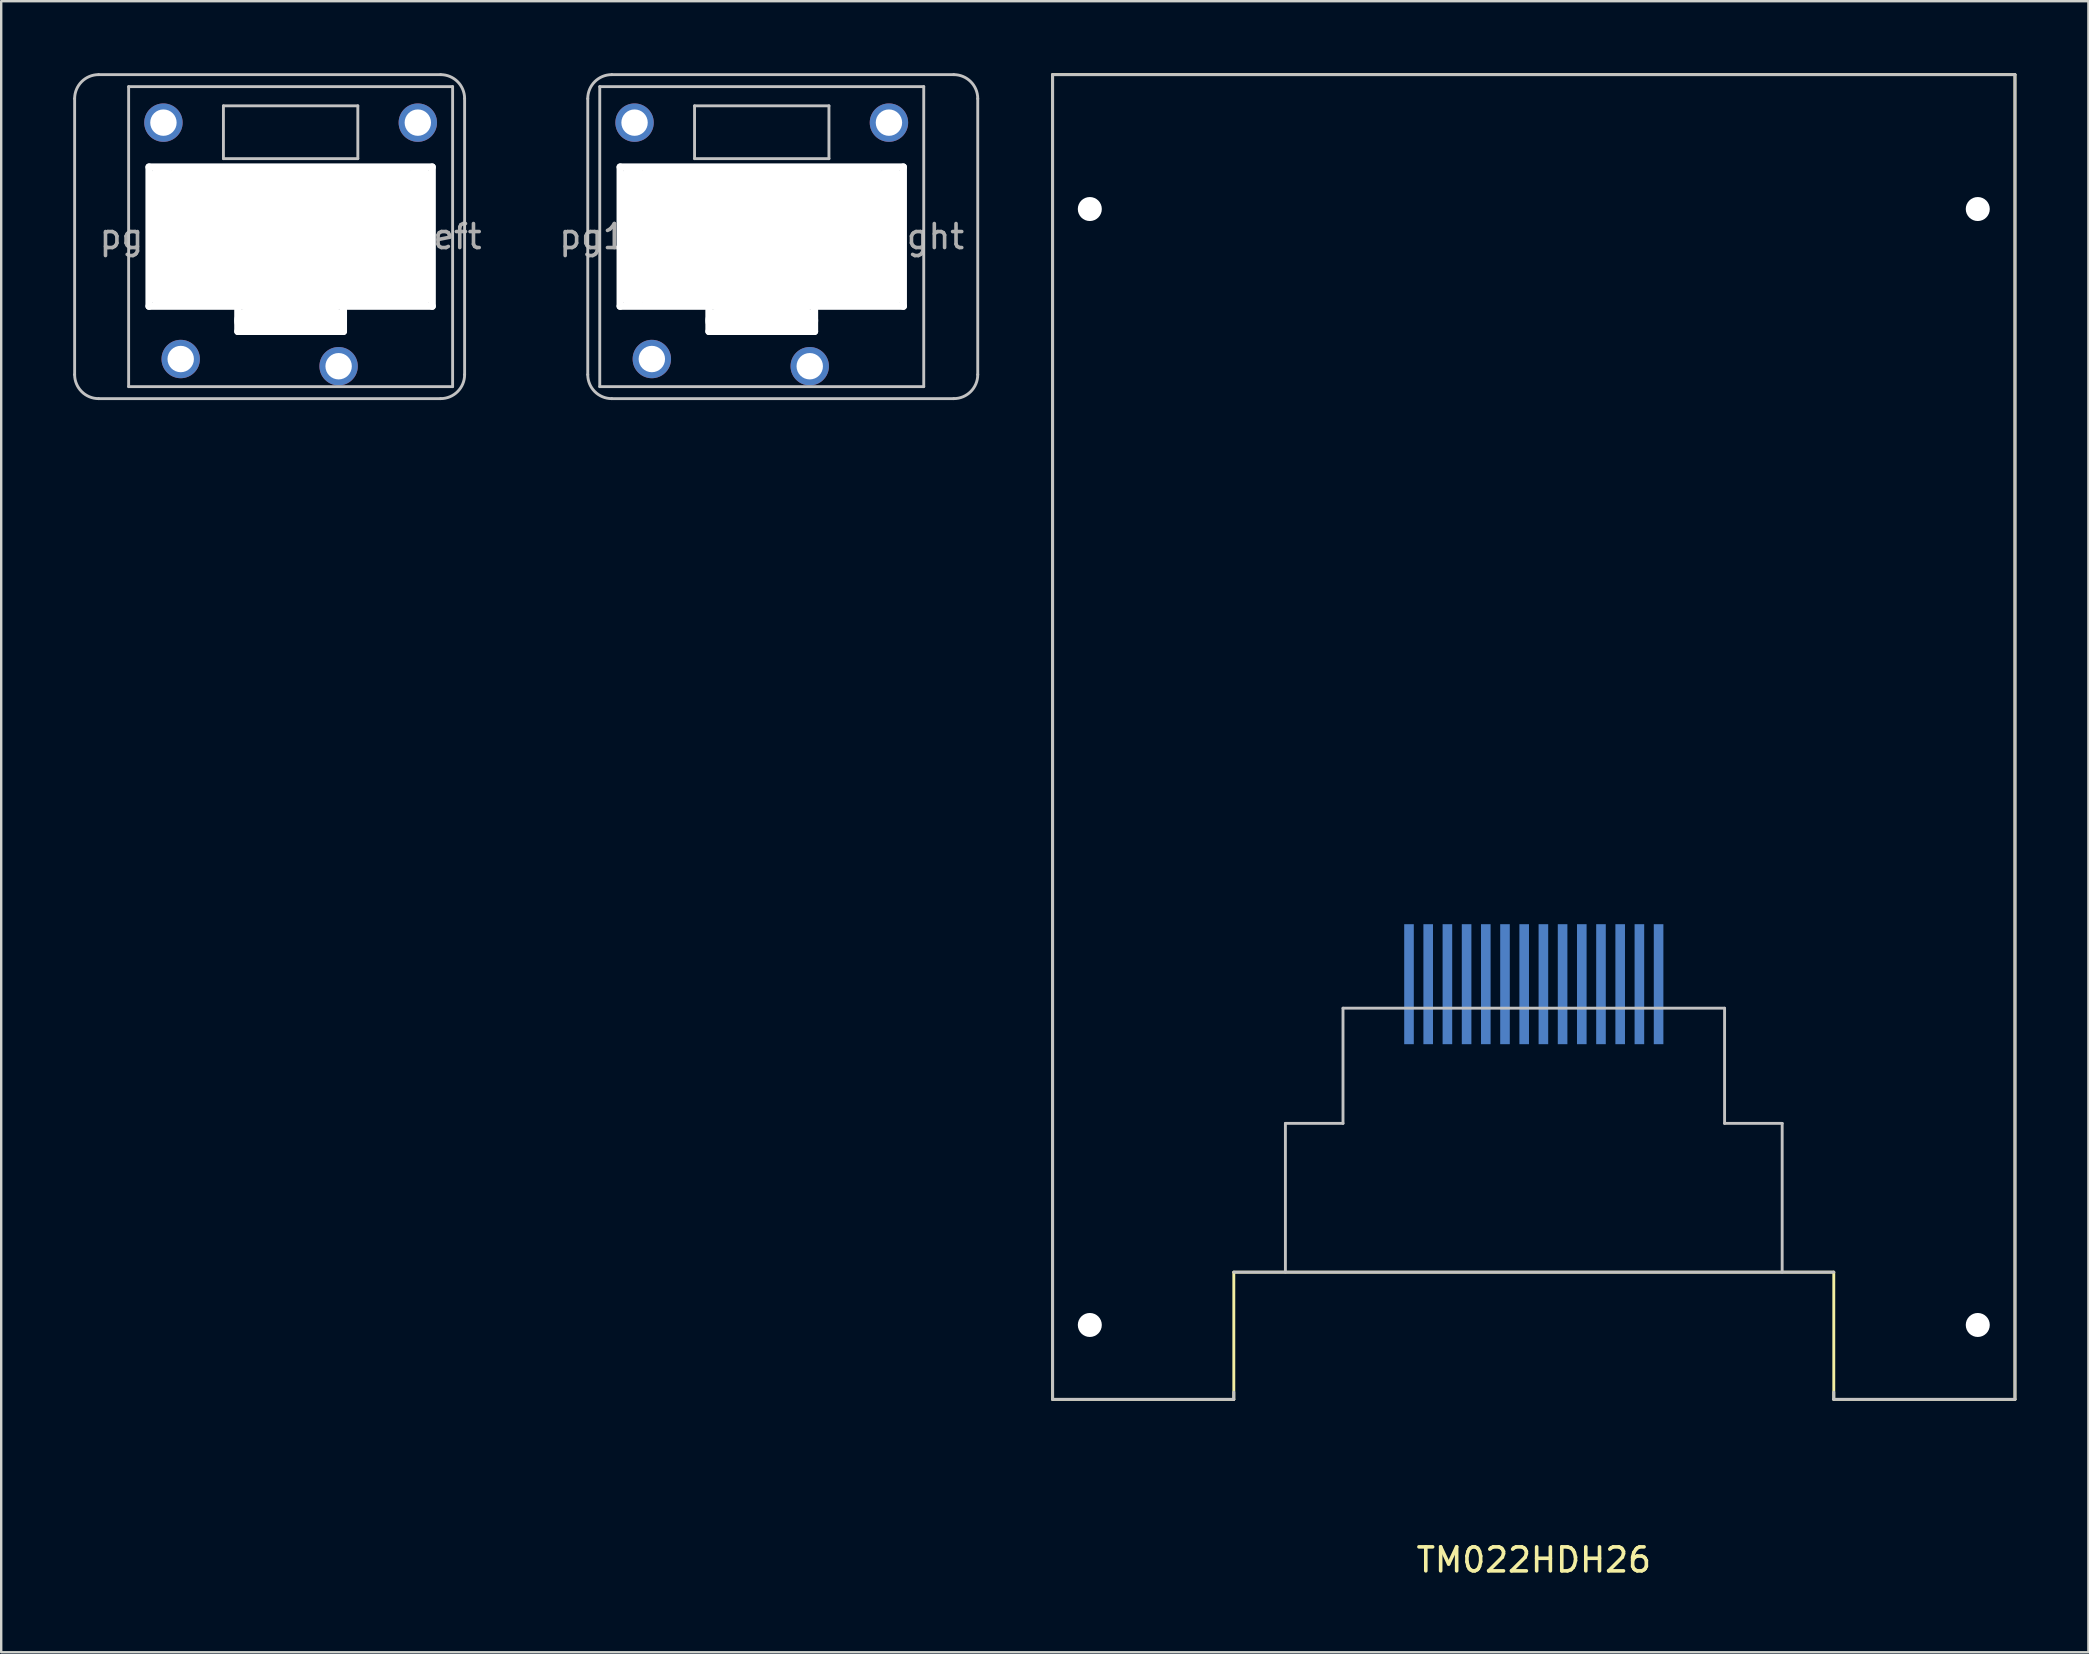
<source format=kicad_pcb>
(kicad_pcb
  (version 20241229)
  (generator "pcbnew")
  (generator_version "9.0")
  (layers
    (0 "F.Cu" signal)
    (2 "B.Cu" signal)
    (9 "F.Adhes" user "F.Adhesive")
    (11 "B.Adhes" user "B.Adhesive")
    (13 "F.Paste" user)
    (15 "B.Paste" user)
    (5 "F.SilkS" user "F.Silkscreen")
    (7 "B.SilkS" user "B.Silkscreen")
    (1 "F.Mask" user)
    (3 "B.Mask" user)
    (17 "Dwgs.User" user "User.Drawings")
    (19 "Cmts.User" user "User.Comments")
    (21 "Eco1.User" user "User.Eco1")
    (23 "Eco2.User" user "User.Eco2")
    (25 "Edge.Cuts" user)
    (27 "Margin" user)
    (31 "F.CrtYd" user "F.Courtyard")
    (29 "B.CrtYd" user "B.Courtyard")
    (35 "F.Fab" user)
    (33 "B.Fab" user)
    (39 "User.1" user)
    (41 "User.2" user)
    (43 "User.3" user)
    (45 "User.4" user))
  (footprint "TM022HDH26"
    (layer "F.Cu")
    (at 60.861 27.66)
    (property "Reference" "TM022HDH26" (at 0 34.29 0) (layer "F.SilkS") (effects (font (size 1 1) (thickness 0.15))))
    (attr through_hole)
    (fp_line (start -20.05 -27.6) (end -20.05 27.6) (stroke (width 0.12) (type solid)) (layer "F.SilkS"))
    (fp_line (start -20.05 27.6) (end -12.5 27.6) (stroke (width 0.12) (type solid)) (layer "F.SilkS"))
    (fp_line (start -12.5 22.3) (end 12.5 22.3) (stroke (width 0.12) (type solid)) (layer "F.SilkS"))
    (fp_line (start -12.5 27.6) (end -12.5 22.3) (stroke (width 0.12) (type solid)) (layer "F.SilkS"))
    (fp_line (start 12.5 22.3) (end 12.5 27.6) (stroke (width 0.12) (type solid)) (layer "F.SilkS"))
    (fp_line (start 12.5 27.6) (end 20.05 27.6) (stroke (width 0.12) (type solid)) (layer "F.SilkS"))
    (fp_line (start 20.05 -27.6) (end -20.05 -27.6) (stroke (width 0.12) (type solid)) (layer "F.SilkS"))
    (fp_line (start 20.05 27.6) (end 20.05 -27.6) (stroke (width 0.12) (type solid)) (layer "F.SilkS"))
    (fp_line (start -20.05 -27.6) (end -20.05 27.6) (stroke (width 0.12) (type solid)) (layer "Dwgs.User"))
    (fp_line (start -12.5 27.3) (end -12.5 27.6) (stroke (width 0.12) (type solid)) (layer "Dwgs.User"))
    (fp_line (start -12.5 27.6) (end -20.05 27.6) (stroke (width 0.12) (type solid)) (layer "Dwgs.User"))
    (fp_line (start -10.35 16.1) (end -10.35 22.3) (stroke (width 0.12) (type solid)) (layer "Dwgs.User"))
    (fp_line (start -7.95 11.3) (end -7.95 16.1) (stroke (width 0.12) (type solid)) (layer "Dwgs.User"))
    (fp_line (start -7.95 11.3) (end 7.95 11.3) (stroke (width 0.12) (type solid)) (layer "Dwgs.User"))
    (fp_line (start -7.95 16.1) (end -10.35 16.1) (stroke (width 0.12) (type solid)) (layer "Dwgs.User"))
    (fp_line (start 7.95 11.3) (end 7.95 16.1) (stroke (width 0.12) (type solid)) (layer "Dwgs.User"))
    (fp_line (start 7.95 16.1) (end 10.35 16.1) (stroke (width 0.12) (type solid)) (layer "Dwgs.User"))
    (fp_line (start 10.35 16.1) (end 10.35 22.3) (stroke (width 0.12) (type solid)) (layer "Dwgs.User"))
    (fp_line (start 12.5 22.3) (end -12.5 22.3) (stroke (width 0.12) (type solid)) (layer "Dwgs.User"))
    (fp_line (start 12.5 27.3) (end 12.5 27.6) (stroke (width 0.12) (type solid)) (layer "Dwgs.User"))
    (fp_line (start 12.5 27.6) (end 20.05 27.6) (stroke (width 0.12) (type solid)) (layer "Dwgs.User"))
    (fp_line (start 20.05 -27.6) (end -20.05 -27.6) (stroke (width 0.12) (type solid)) (layer "Dwgs.User"))
    (fp_line (start 20.05 27.6) (end 20.05 -27.6) (stroke (width 0.12) (type solid)) (layer "Dwgs.User"))
    (pad "" np_thru_hole circle (at -18.5 -22 180) (size 1 1) (drill 1) (layers "*.Cu" "*.Mask"))
    (pad "" np_thru_hole circle (at -18.5 24.5 180) (size 1 1) (drill 1) (layers "*.Cu" "*.Mask"))
    (pad "" np_thru_hole circle (at 18.5 -22 180) (size 1 1) (drill 1) (layers "*.Cu" "*.Mask"))
    (pad "" np_thru_hole circle (at 18.5 24.5 180) (size 1 1) (drill 1) (layers "*.Cu" "*.Mask"))
    (pad "1" smd rect (at -5.2 10.3 180) (size 0.4 5) (layers "B.Cu" "B.Mask" "B.Paste"))
    (pad "2" smd rect (at -4.4 10.3 180) (size 0.4 5) (layers "B.Cu" "B.Mask" "B.Paste"))
    (pad "3" smd rect (at -3.6 10.3 180) (size 0.4 5) (layers "B.Cu" "B.Mask" "B.Paste"))
    (pad "4" smd rect (at -2.8 10.3 180) (size 0.4 5) (layers "B.Cu" "B.Mask" "B.Paste"))
    (pad "5" smd rect (at -2 10.3 180) (size 0.4 5) (layers "B.Cu" "B.Mask" "B.Paste"))
    (pad "6" smd rect (at -1.2 10.3 180) (size 0.4 5) (layers "B.Cu" "B.Mask" "B.Paste"))
    (pad "7" smd rect (at -0.4 10.3 180) (size 0.4 5) (layers "B.Cu" "B.Mask" "B.Paste"))
    (pad "8" smd rect (at 0.4 10.3 180) (size 0.4 5) (layers "B.Cu" "B.Mask" "B.Paste"))
    (pad "9" smd rect (at 1.2 10.3 180) (size 0.4 5) (layers "B.Cu" "B.Mask" "B.Paste"))
    (pad "10" smd rect (at 2 10.3 180) (size 0.4 5) (layers "B.Cu" "B.Mask" "B.Paste"))
    (pad "11" smd rect (at 2.8 10.3 180) (size 0.4 5) (layers "B.Cu" "B.Mask" "B.Paste"))
    (pad "12" smd rect (at 3.6 10.3 180) (size 0.4 5) (layers "B.Cu" "B.Mask" "B.Paste"))
    (pad "13" smd rect (at 4.4 10.3 180) (size 0.4 5) (layers "B.Cu" "B.Mask" "B.Paste"))
    (pad "14" smd rect (at 5.2 10.3 180) (size 0.4 5) (layers "B.Cu" "B.Mask" "B.Paste")))
  (footprint "pg1232-shorter-right"
    (layer "F.Cu")
    (at 28.691 6.81)
    (property "Reference" "pg1232-shorter-right" (at 0 0 0) (layer "F.Fab") (effects (font (size 1 1) (thickness 0.15))))
    (attr through_hole)
    (fp_line (start -7.25 5.75) (end -7.25 -5.75) (stroke (width 0.12) (type solid)) (layer "Dwgs.User"))
    (fp_line (start -6.75 -6.25) (end 6.75 -6.25) (stroke (width 0.12) (type solid)) (layer "Dwgs.User"))
    (fp_line (start -6.75 6.25) (end -6.75 -6.25) (stroke (width 0.12) (type solid)) (layer "Dwgs.User"))
    (fp_line (start -6.25 6.75) (end 8 6.75) (stroke (width 0.12) (type solid)) (layer "Dwgs.User"))
    (fp_line (start -5.95 -2.95) (end 5.95 -2.95) (stroke (width 0.12) (type solid)) (layer "Dwgs.User"))
    (fp_line (start -5.95 2.95) (end -5.95 -2.95) (stroke (width 0.12) (type solid)) (layer "Dwgs.User"))
    (fp_line (start -2.8 -5.45) (end 2.8 -5.45) (stroke (width 0.12) (type solid)) (layer "Dwgs.User"))
    (fp_line (start -2.8 -3.25) (end -2.8 -5.45) (stroke (width 0.12) (type solid)) (layer "Dwgs.User"))
    (fp_line (start -2.25 2.95) (end -5.95 2.95) (stroke (width 0.12) (type solid)) (layer "Dwgs.User"))
    (fp_line (start -2.25 2.95) (end -2.25 4) (stroke (width 0.12) (type solid)) (layer "Dwgs.User"))
    (fp_line (start -2.25 4) (end 2.25 4) (stroke (width 0.12) (type solid)) (layer "Dwgs.User"))
    (fp_line (start 2.25 2.95) (end 5.95 2.95) (stroke (width 0.12) (type solid)) (layer "Dwgs.User"))
    (fp_line (start 2.25 4) (end 2.25 2.95) (stroke (width 0.12) (type solid)) (layer "Dwgs.User"))
    (fp_line (start 2.8 -5.45) (end 2.8 -3.25) (stroke (width 0.12) (type solid)) (layer "Dwgs.User"))
    (fp_line (start 2.8 -3.25) (end -2.8 -3.25) (stroke (width 0.12) (type solid)) (layer "Dwgs.User"))
    (fp_line (start 5.95 -2.95) (end 5.95 2.95) (stroke (width 0.12) (type solid)) (layer "Dwgs.User"))
    (fp_line (start 6.75 -6.25) (end 6.75 6.25) (stroke (width 0.12) (type solid)) (layer "Dwgs.User"))
    (fp_line (start 6.75 6.25) (end -6.75 6.25) (stroke (width 0.12) (type solid)) (layer "Dwgs.User"))
    (fp_line (start 8 -6.75) (end -6.25 -6.75) (stroke (width 0.12) (type solid)) (layer "Dwgs.User"))
    (fp_line (start 9 5.75) (end 9 -5.75) (stroke (width 0.12) (type solid)) (layer "Dwgs.User"))
    (fp_arc (start -7.25 -5.75) (mid -6.957107 -6.457107) (end -6.25 -6.75) (stroke (width 0.12) (type solid)) (layer "Dwgs.User"))
    (fp_arc (start -6.25 6.75) (mid -6.957107 6.457107) (end -7.25 5.75) (stroke (width 0.12) (type solid)) (layer "Dwgs.User"))
    (fp_arc (start 8 -6.75) (mid 8.707107 -6.457107) (end 9 -5.75) (stroke (width 0.12) (type solid)) (layer "Dwgs.User"))
    (fp_arc (start 9 5.75) (mid 8.707107 6.457107) (end 8 6.75) (stroke (width 0.12) (type solid)) (layer "Dwgs.User"))
    (pad "" np_thru_hole oval (at -5.9 0 90) (size 6.1 0.3) (drill oval 6.1 0.3) (layers "*.Cu" "*.Mask"))
    (pad "" np_thru_hole oval (at -5.36 0) (size 1 5.9) (drill oval 1 5.9) (layers "*.Cu" "*.Mask"))
    (pad "" np_thru_hole oval (at -4.59 0) (size 1 5.9) (drill oval 1 5.9) (layers "*.Cu" "*.Mask"))
    (pad "" np_thru_hole oval (at -4.2 0) (size 1 5.9) (drill oval 1 5.9) (layers "*.Cu" "*.Mask"))
    (pad "" np_thru_hole oval (at -2.2 3.5 90) (size 1.2 0.3) (drill oval 1.2 0.3) (layers "*.Cu" "*.Mask"))
    (pad "" np_thru_hole oval (at 0 -2.9) (size 12.1 0.3) (drill oval 12.1 0.3) (layers "*.Cu" "*.Mask"))
    (pad "" np_thru_hole oval (at 0 0) (size 11.85 5.9) (drill oval 11.85 5.9) (layers "*.Cu" "*.Mask"))
    (pad "" np_thru_hole oval (at 0 2.9) (size 12.1 0.3) (drill oval 12.1 0.3) (layers "*.Cu" "*.Mask"))
    (pad "" np_thru_hole oval (at 0 3.5) (size 4.7 1) (drill oval 4.7 1) (layers "*.Cu" "*.Mask"))
    (pad "" np_thru_hole oval (at 0 3.95) (size 4.7 0.3) (drill oval 4.7 0.3) (layers "*.Cu" "*.Mask"))
    (pad "" np_thru_hole oval (at 2.2 3.5 90) (size 1.2 0.3) (drill oval 1.2 0.3) (layers "*.Cu" "*.Mask"))
    (pad "" np_thru_hole oval (at 4.2 0) (size 1 5.9) (drill oval 1 5.9) (layers "*.Cu" "*.Mask"))
    (pad "" np_thru_hole oval (at 4.59 0) (size 1 5.9) (drill oval 1 5.9) (layers "*.Cu" "*.Mask"))
    (pad "" np_thru_hole oval (at 5.36 0) (size 1 5.9) (drill oval 1 5.9) (layers "*.Cu" "*.Mask"))
    (pad "" np_thru_hole oval (at 5.9 0 90) (size 6.1 0.3) (drill oval 6.1 0.3) (layers "*.Cu" "*.Mask"))
    (pad "1" thru_hole circle (at -4.58 5.1) (size 1.6 1.6) (drill 1.1) (layers "*.Cu" "B.Mask"))
    (pad "2" thru_hole circle (at 2 5.4) (size 1.6 1.6) (drill 1.1) (layers "*.Cu" "B.Mask"))
    (pad "3" thru_hole circle (at 5.3 -4.75) (size 1.6 1.6) (drill 1.1) (layers "*.Cu" "*.Mask"))
    (pad "4" thru_hole circle (at -5.3 -4.75) (size 1.6 1.6) (drill 1.1) (layers "*.Cu" "*.Mask")))
  (footprint "pg1232-shorter-left"
    (layer "F.Cu")
    (at 9.06 6.81)
    (property "Reference" "pg1232-shorter-left" (at 0 0 0) (layer "F.Fab") (effects (font (size 1 1) (thickness 0.15))))
    (attr through_hole)
    (fp_line (start -9 5.75) (end -9 -5.75) (stroke (width 0.12) (type solid)) (layer "Dwgs.User"))
    (fp_line (start -8 6.75) (end 6.25 6.75) (stroke (width 0.12) (type solid)) (layer "Dwgs.User"))
    (fp_line (start -6.75 -6.25) (end 6.75 -6.25) (stroke (width 0.12) (type solid)) (layer "Dwgs.User"))
    (fp_line (start -6.75 6.25) (end -6.75 -6.25) (stroke (width 0.12) (type solid)) (layer "Dwgs.User"))
    (fp_line (start -5.95 -2.95) (end 5.95 -2.95) (stroke (width 0.12) (type solid)) (layer "Dwgs.User"))
    (fp_line (start -5.95 2.95) (end -5.95 -2.95) (stroke (width 0.12) (type solid)) (layer "Dwgs.User"))
    (fp_line (start -2.8 -5.45) (end 2.8 -5.45) (stroke (width 0.12) (type solid)) (layer "Dwgs.User"))
    (fp_line (start -2.8 -3.25) (end -2.8 -5.45) (stroke (width 0.12) (type solid)) (layer "Dwgs.User"))
    (fp_line (start -2.25 2.95) (end -5.95 2.95) (stroke (width 0.12) (type solid)) (layer "Dwgs.User"))
    (fp_line (start -2.25 2.95) (end -2.25 4) (stroke (width 0.12) (type solid)) (layer "Dwgs.User"))
    (fp_line (start -2.25 4) (end 2.25 4) (stroke (width 0.12) (type solid)) (layer "Dwgs.User"))
    (fp_line (start 2.25 2.95) (end 5.95 2.95) (stroke (width 0.12) (type solid)) (layer "Dwgs.User"))
    (fp_line (start 2.25 4) (end 2.25 2.95) (stroke (width 0.12) (type solid)) (layer "Dwgs.User"))
    (fp_line (start 2.8 -5.45) (end 2.8 -3.25) (stroke (width 0.12) (type solid)) (layer "Dwgs.User"))
    (fp_line (start 2.8 -3.25) (end -2.8 -3.25) (stroke (width 0.12) (type solid)) (layer "Dwgs.User"))
    (fp_line (start 5.95 -2.95) (end 5.95 2.95) (stroke (width 0.12) (type solid)) (layer "Dwgs.User"))
    (fp_line (start 6.25 -6.75) (end -8 -6.75) (stroke (width 0.12) (type solid)) (layer "Dwgs.User"))
    (fp_line (start 6.75 -6.25) (end 6.75 6.25) (stroke (width 0.12) (type solid)) (layer "Dwgs.User"))
    (fp_line (start 6.75 6.25) (end -6.75 6.25) (stroke (width 0.12) (type solid)) (layer "Dwgs.User"))
    (fp_line (start 7.25 5.75) (end 7.25 -5.75) (stroke (width 0.12) (type solid)) (layer "Dwgs.User"))
    (fp_arc (start -9 -5.75) (mid -8.707107 -6.457107) (end -8 -6.75) (stroke (width 0.12) (type solid)) (layer "Dwgs.User"))
    (fp_arc (start -8 6.75) (mid -8.707107 6.457107) (end -9 5.75) (stroke (width 0.12) (type solid)) (layer "Dwgs.User"))
    (fp_arc (start 6.25 -6.75) (mid 6.957107 -6.457107) (end 7.25 -5.75) (stroke (width 0.12) (type solid)) (layer "Dwgs.User"))
    (fp_arc (start 7.25 5.75) (mid 6.957107 6.457107) (end 6.25 6.75) (stroke (width 0.12) (type solid)) (layer "Dwgs.User"))
    (pad "" np_thru_hole oval (at -5.9 0 90) (size 6.1 0.3) (drill oval 6.1 0.3) (layers "*.Cu" "*.Mask"))
    (pad "" np_thru_hole oval (at -5.36 0) (size 1 5.9) (drill oval 1 5.9) (layers "*.Cu" "*.Mask"))
    (pad "" np_thru_hole oval (at -4.59 0) (size 1 5.9) (drill oval 1 5.9) (layers "*.Cu" "*.Mask"))
    (pad "" np_thru_hole oval (at -4.2 0) (size 1 5.9) (drill oval 1 5.9) (layers "*.Cu" "*.Mask"))
    (pad "" np_thru_hole oval (at -2.2 3.5 90) (size 1.2 0.3) (drill oval 1.2 0.3) (layers "*.Cu" "*.Mask"))
    (pad "" np_thru_hole oval (at 0 -2.9) (size 12.1 0.3) (drill oval 12.1 0.3) (layers "*.Cu" "*.Mask"))
    (pad "" np_thru_hole oval (at 0 0) (size 11.85 5.9) (drill oval 11.85 5.9) (layers "*.Cu" "*.Mask"))
    (pad "" np_thru_hole oval (at 0 2.9) (size 12.1 0.3) (drill oval 12.1 0.3) (layers "*.Cu" "*.Mask"))
    (pad "" np_thru_hole oval (at 0 3.5) (size 4.7 1) (drill oval 4.7 1) (layers "*.Cu" "*.Mask"))
    (pad "" np_thru_hole oval (at 0 3.95) (size 4.7 0.3) (drill oval 4.7 0.3) (layers "*.Cu" "*.Mask"))
    (pad "" np_thru_hole oval (at 2.2 3.5 90) (size 1.2 0.3) (drill oval 1.2 0.3) (layers "*.Cu" "*.Mask"))
    (pad "" np_thru_hole oval (at 4.2 0) (size 1 5.9) (drill oval 1 5.9) (layers "*.Cu" "*.Mask"))
    (pad "" np_thru_hole oval (at 4.59 0) (size 1 5.9) (drill oval 1 5.9) (layers "*.Cu" "*.Mask"))
    (pad "" np_thru_hole oval (at 5.36 0) (size 1 5.9) (drill oval 1 5.9) (layers "*.Cu" "*.Mask"))
    (pad "" np_thru_hole oval (at 5.9 0 90) (size 6.1 0.3) (drill oval 6.1 0.3) (layers "*.Cu" "*.Mask"))
    (pad "1" thru_hole circle (at -4.58 5.1) (size 1.6 1.6) (drill 1.1) (layers "*.Cu" "B.Mask"))
    (pad "2" thru_hole circle (at 2 5.4) (size 1.6 1.6) (drill 1.1) (layers "*.Cu" "B.Mask"))
    (pad "3" thru_hole circle (at 5.3 -4.75) (size 1.6 1.6) (drill 1.1) (layers "*.Cu" "*.Mask"))
    (pad "4" thru_hole circle (at -5.3 -4.75) (size 1.6 1.6) (drill 1.1) (layers "*.Cu" "*.Mask")))
  (gr_rect
    (start -3 -3)
    (end 83.971 65.798)
    (stroke (width 0.1) (type default))
    (fill no)
    (layer "Edge.Cuts")))
</source>
